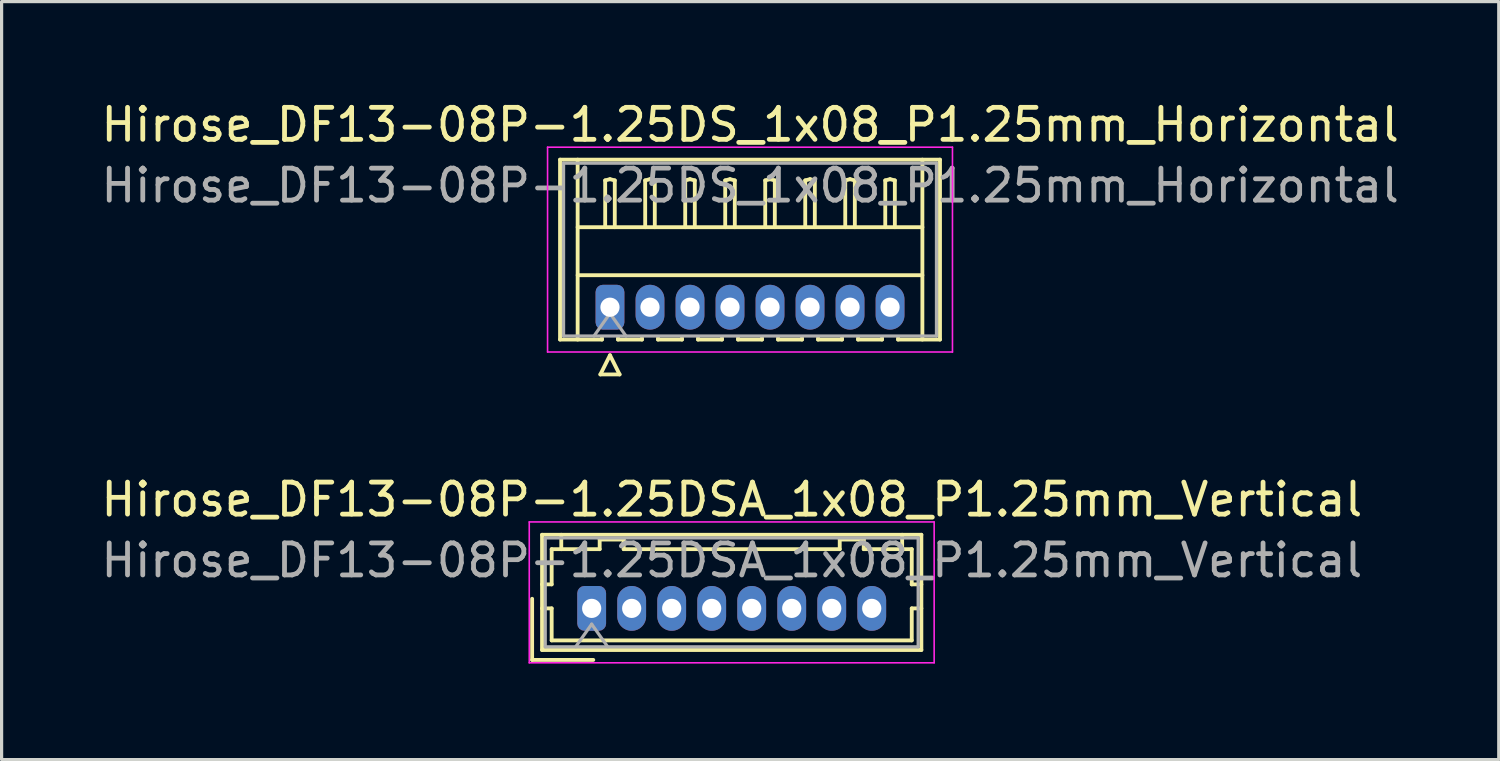
<source format=kicad_pcb>
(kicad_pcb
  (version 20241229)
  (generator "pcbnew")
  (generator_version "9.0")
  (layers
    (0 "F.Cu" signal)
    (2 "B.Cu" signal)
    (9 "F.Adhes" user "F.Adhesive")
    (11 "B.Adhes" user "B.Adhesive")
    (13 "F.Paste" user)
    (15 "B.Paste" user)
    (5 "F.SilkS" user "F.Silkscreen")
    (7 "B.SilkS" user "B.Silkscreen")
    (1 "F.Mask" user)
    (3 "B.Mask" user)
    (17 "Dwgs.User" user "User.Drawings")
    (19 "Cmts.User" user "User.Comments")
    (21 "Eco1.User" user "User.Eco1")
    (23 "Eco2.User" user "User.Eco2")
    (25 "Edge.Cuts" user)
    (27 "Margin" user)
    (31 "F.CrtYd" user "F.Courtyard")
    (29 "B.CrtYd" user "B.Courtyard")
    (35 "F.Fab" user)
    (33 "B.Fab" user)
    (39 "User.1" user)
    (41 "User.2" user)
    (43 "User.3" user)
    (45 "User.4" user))
  (footprint "Hirose_DF13-08P-1.25DSA_1x08_P1.25mm_Vertical"
    (layer "F.Cu")
    (at 15.435 15.957)
    (property "Reference" "Hirose_DF13-08P-1.25DSA_1x08_P1.25mm_Vertical" (at 4.38 -3.4 0) (layer "F.SilkS") (effects (font (size 1 1) (thickness 0.15))))
    (attr through_hole)
    (fp_line (start -1.86 -0.3) (end -1.86 1.61) (stroke (width 0.12) (type solid)) (layer "F.SilkS"))
    (fp_line (start -1.86 1.61) (end 0.05 1.61) (stroke (width 0.12) (type solid)) (layer "F.SilkS"))
    (fp_line (start -1.55 -2.3) (end -1.55 1.3) (stroke (width 0.12) (type solid)) (layer "F.SilkS"))
    (fp_line (start -1.55 -0.75) (end -1.25 -0.75) (stroke (width 0.12) (type solid)) (layer "F.SilkS"))
    (fp_line (start -1.55 0) (end -1.25 0) (stroke (width 0.12) (type solid)) (layer "F.SilkS"))
    (fp_line (start -1.55 1.3) (end 10.3 1.3) (stroke (width 0.12) (type solid)) (layer "F.SilkS"))
    (fp_line (start -1.25 -1.85) (end -0.95 -1.85) (stroke (width 0.12) (type solid)) (layer "F.SilkS"))
    (fp_line (start -1.25 -0.75) (end -1.25 -1.85) (stroke (width 0.12) (type solid)) (layer "F.SilkS"))
    (fp_line (start -1.25 0) (end -1.25 1) (stroke (width 0.12) (type solid)) (layer "F.SilkS"))
    (fp_line (start -1.25 1) (end 10 1) (stroke (width 0.12) (type solid)) (layer "F.SilkS"))
    (fp_line (start -0.95 -1.85) (end -0.95 -2.3) (stroke (width 0.12) (type solid)) (layer "F.SilkS"))
    (fp_line (start -0.95 -1.85) (end 0.25 -1.85) (stroke (width 0.12) (type solid)) (layer "F.SilkS"))
    (fp_line (start 0.25 -2.15) (end 1 -2.15) (stroke (width 0.12) (type solid)) (layer "F.SilkS"))
    (fp_line (start 0.25 -1.85) (end 0.25 -2.15) (stroke (width 0.12) (type solid)) (layer "F.SilkS"))
    (fp_line (start 1 -2.15) (end 1 -1.85) (stroke (width 0.12) (type solid)) (layer "F.SilkS"))
    (fp_line (start 1 -1.85) (end 7.75 -1.85) (stroke (width 0.12) (type solid)) (layer "F.SilkS"))
    (fp_line (start 7.75 -2.15) (end 8.5 -2.15) (stroke (width 0.12) (type solid)) (layer "F.SilkS"))
    (fp_line (start 7.75 -1.85) (end 7.75 -2.15) (stroke (width 0.12) (type solid)) (layer "F.SilkS"))
    (fp_line (start 8.5 -2.15) (end 8.5 -1.85) (stroke (width 0.12) (type solid)) (layer "F.SilkS"))
    (fp_line (start 8.5 -1.85) (end 9.7 -1.85) (stroke (width 0.12) (type solid)) (layer "F.SilkS"))
    (fp_line (start 9.7 -1.85) (end 9.7 -2.3) (stroke (width 0.12) (type solid)) (layer "F.SilkS"))
    (fp_line (start 10 -1.85) (end 9.7 -1.85) (stroke (width 0.12) (type solid)) (layer "F.SilkS"))
    (fp_line (start 10 -0.75) (end 10 -1.85) (stroke (width 0.12) (type solid)) (layer "F.SilkS"))
    (fp_line (start 10 0) (end 10.3 0) (stroke (width 0.12) (type solid)) (layer "F.SilkS"))
    (fp_line (start 10 1) (end 10 0) (stroke (width 0.12) (type solid)) (layer "F.SilkS"))
    (fp_line (start 10.3 -2.3) (end -1.55 -2.3) (stroke (width 0.12) (type solid)) (layer "F.SilkS"))
    (fp_line (start 10.3 -0.75) (end 10 -0.75) (stroke (width 0.12) (type solid)) (layer "F.SilkS"))
    (fp_line (start 10.3 1.3) (end 10.3 -2.3) (stroke (width 0.12) (type solid)) (layer "F.SilkS"))
    (fp_line (start -1.95 -2.7) (end -1.95 1.7) (stroke (width 0.05) (type solid)) (layer "F.CrtYd"))
    (fp_line (start -1.95 1.7) (end 10.7 1.7) (stroke (width 0.05) (type solid)) (layer "F.CrtYd"))
    (fp_line (start 10.7 -2.7) (end -1.95 -2.7) (stroke (width 0.05) (type solid)) (layer "F.CrtYd"))
    (fp_line (start 10.7 1.7) (end 10.7 -2.7) (stroke (width 0.05) (type solid)) (layer "F.CrtYd"))
    (fp_line (start -1.45 -2.2) (end -1.45 1.2) (stroke (width 0.1) (type solid)) (layer "F.Fab"))
    (fp_line (start -1.45 1.2) (end 10.2 1.2) (stroke (width 0.1) (type solid)) (layer "F.Fab"))
    (fp_line (start -0.5 1.2) (end 0 0.493) (stroke (width 0.1) (type solid)) (layer "F.Fab"))
    (fp_line (start 0 0.493) (end 0.5 1.2) (stroke (width 0.1) (type solid)) (layer "F.Fab"))
    (fp_line (start 10.2 -2.2) (end -1.45 -2.2) (stroke (width 0.1) (type solid)) (layer "F.Fab"))
    (fp_line (start 10.2 1.2) (end 10.2 -2.2) (stroke (width 0.1) (type solid)) (layer "F.Fab"))
    (fp_text user "${REFERENCE}" (at 4.38 -1.5 0) (layer "F.Fab") (effects (font (size 1 1) (thickness 0.15))))
    (pad "1" thru_hole roundrect (at 0 0) (size 0.9 1.4) (drill 0.6) (layers "*.Cu" "*.Mask") (roundrect_rratio 0.25))
    (pad "2" thru_hole oval (at 1.25 0) (size 0.9 1.4) (drill 0.6) (layers "*.Cu" "*.Mask"))
    (pad "3" thru_hole oval (at 2.5 0) (size 0.9 1.4) (drill 0.6) (layers "*.Cu" "*.Mask"))
    (pad "4" thru_hole oval (at 3.75 0) (size 0.9 1.4) (drill 0.6) (layers "*.Cu" "*.Mask"))
    (pad "5" thru_hole oval (at 5 0) (size 0.9 1.4) (drill 0.6) (layers "*.Cu" "*.Mask"))
    (pad "6" thru_hole oval (at 6.25 0) (size 0.9 1.4) (drill 0.6) (layers "*.Cu" "*.Mask"))
    (pad "7" thru_hole oval (at 7.5 0) (size 0.9 1.4) (drill 0.6) (layers "*.Cu" "*.Mask"))
    (pad "8" thru_hole oval (at 8.75 0) (size 0.9 1.4) (drill 0.6) (layers "*.Cu" "*.Mask")))
  (footprint "Hirose_DF13-08P-1.25DS_1x08_P1.25mm_Horizontal"
    (layer "F.Cu")
    (at 16.007 6.548)
    (property "Reference" "Hirose_DF13-08P-1.25DS_1x08_P1.25mm_Horizontal" (at 4.38 -5.7 0) (layer "F.SilkS") (effects (font (size 1 1) (thickness 0.15))))
    (attr through_hole)
    (fp_line (start -1.56 -4.61) (end 10.31 -4.61) (stroke (width 0.12) (type solid)) (layer "F.SilkS"))
    (fp_line (start -1.56 1.01) (end -1.56 -4.61) (stroke (width 0.12) (type solid)) (layer "F.SilkS"))
    (fp_line (start -1.01 -4.61) (end -1.01 1.01) (stroke (width 0.12) (type solid)) (layer "F.SilkS"))
    (fp_line (start -1.01 -2.5) (end 9.76 -2.5) (stroke (width 0.12) (type solid)) (layer "F.SilkS"))
    (fp_line (start -1.01 -1) (end 9.76 -1) (stroke (width 0.12) (type solid)) (layer "F.SilkS"))
    (fp_line (start -0.3 2.1) (end 0.3 2.1) (stroke (width 0.12) (type solid)) (layer "F.SilkS"))
    (fp_line (start -0.25 0.96) (end -0.25 1.01) (stroke (width 0.12) (type solid)) (layer "F.SilkS"))
    (fp_line (start -0.25 1.01) (end -1.56 1.01) (stroke (width 0.12) (type solid)) (layer "F.SilkS"))
    (fp_line (start -0.15 -3.962) (end 0 -4) (stroke (width 0.12) (type solid)) (layer "F.SilkS"))
    (fp_line (start -0.15 -2.5) (end -0.15 -3.962) (stroke (width 0.12) (type solid)) (layer "F.SilkS"))
    (fp_line (start 0 -4) (end 0.15 -3.962) (stroke (width 0.12) (type solid)) (layer "F.SilkS"))
    (fp_line (start 0 1.5) (end -0.3 2.1) (stroke (width 0.12) (type solid)) (layer "F.SilkS"))
    (fp_line (start 0.15 -3.962) (end 0.15 -2.5) (stroke (width 0.12) (type solid)) (layer "F.SilkS"))
    (fp_line (start 0.25 0.96) (end 0.25 1.01) (stroke (width 0.12) (type solid)) (layer "F.SilkS"))
    (fp_line (start 0.25 1.01) (end 1 1.01) (stroke (width 0.12) (type solid)) (layer "F.SilkS"))
    (fp_line (start 0.3 2.1) (end 0 1.5) (stroke (width 0.12) (type solid)) (layer "F.SilkS"))
    (fp_line (start 1 1.01) (end 1 0.96) (stroke (width 0.12) (type solid)) (layer "F.SilkS"))
    (fp_line (start 1.1 -3.962) (end 1.25 -4) (stroke (width 0.12) (type solid)) (layer "F.SilkS"))
    (fp_line (start 1.1 -2.5) (end 1.1 -3.962) (stroke (width 0.12) (type solid)) (layer "F.SilkS"))
    (fp_line (start 1.25 -4) (end 1.4 -3.962) (stroke (width 0.12) (type solid)) (layer "F.SilkS"))
    (fp_line (start 1.4 -3.962) (end 1.4 -2.5) (stroke (width 0.12) (type solid)) (layer "F.SilkS"))
    (fp_line (start 1.5 0.96) (end 1.5 1.01) (stroke (width 0.12) (type solid)) (layer "F.SilkS"))
    (fp_line (start 1.5 1.01) (end 2.25 1.01) (stroke (width 0.12) (type solid)) (layer "F.SilkS"))
    (fp_line (start 2.25 1.01) (end 2.25 0.96) (stroke (width 0.12) (type solid)) (layer "F.SilkS"))
    (fp_line (start 2.35 -3.962) (end 2.5 -4) (stroke (width 0.12) (type solid)) (layer "F.SilkS"))
    (fp_line (start 2.35 -2.5) (end 2.35 -3.962) (stroke (width 0.12) (type solid)) (layer "F.SilkS"))
    (fp_line (start 2.5 -4) (end 2.65 -3.962) (stroke (width 0.12) (type solid)) (layer "F.SilkS"))
    (fp_line (start 2.65 -3.962) (end 2.65 -2.5) (stroke (width 0.12) (type solid)) (layer "F.SilkS"))
    (fp_line (start 2.75 0.96) (end 2.75 1.01) (stroke (width 0.12) (type solid)) (layer "F.SilkS"))
    (fp_line (start 2.75 1.01) (end 3.5 1.01) (stroke (width 0.12) (type solid)) (layer "F.SilkS"))
    (fp_line (start 3.5 1.01) (end 3.5 0.96) (stroke (width 0.12) (type solid)) (layer "F.SilkS"))
    (fp_line (start 3.6 -3.962) (end 3.75 -4) (stroke (width 0.12) (type solid)) (layer "F.SilkS"))
    (fp_line (start 3.6 -2.5) (end 3.6 -3.962) (stroke (width 0.12) (type solid)) (layer "F.SilkS"))
    (fp_line (start 3.75 -4) (end 3.9 -3.962) (stroke (width 0.12) (type solid)) (layer "F.SilkS"))
    (fp_line (start 3.9 -3.962) (end 3.9 -2.5) (stroke (width 0.12) (type solid)) (layer "F.SilkS"))
    (fp_line (start 4 0.96) (end 4 1.01) (stroke (width 0.12) (type solid)) (layer "F.SilkS"))
    (fp_line (start 4 1.01) (end 4.75 1.01) (stroke (width 0.12) (type solid)) (layer "F.SilkS"))
    (fp_line (start 4.75 1.01) (end 4.75 0.96) (stroke (width 0.12) (type solid)) (layer "F.SilkS"))
    (fp_line (start 4.85 -3.962) (end 5 -4) (stroke (width 0.12) (type solid)) (layer "F.SilkS"))
    (fp_line (start 4.85 -2.5) (end 4.85 -3.962) (stroke (width 0.12) (type solid)) (layer "F.SilkS"))
    (fp_line (start 5 -4) (end 5.15 -3.962) (stroke (width 0.12) (type solid)) (layer "F.SilkS"))
    (fp_line (start 5.15 -3.962) (end 5.15 -2.5) (stroke (width 0.12) (type solid)) (layer "F.SilkS"))
    (fp_line (start 5.25 0.96) (end 5.25 1.01) (stroke (width 0.12) (type solid)) (layer "F.SilkS"))
    (fp_line (start 5.25 1.01) (end 6 1.01) (stroke (width 0.12) (type solid)) (layer "F.SilkS"))
    (fp_line (start 6 1.01) (end 6 0.96) (stroke (width 0.12) (type solid)) (layer "F.SilkS"))
    (fp_line (start 6.1 -3.962) (end 6.25 -4) (stroke (width 0.12) (type solid)) (layer "F.SilkS"))
    (fp_line (start 6.1 -2.5) (end 6.1 -3.962) (stroke (width 0.12) (type solid)) (layer "F.SilkS"))
    (fp_line (start 6.25 -4) (end 6.4 -3.962) (stroke (width 0.12) (type solid)) (layer "F.SilkS"))
    (fp_line (start 6.4 -3.962) (end 6.4 -2.5) (stroke (width 0.12) (type solid)) (layer "F.SilkS"))
    (fp_line (start 6.5 0.96) (end 6.5 1.01) (stroke (width 0.12) (type solid)) (layer "F.SilkS"))
    (fp_line (start 6.5 1.01) (end 7.25 1.01) (stroke (width 0.12) (type solid)) (layer "F.SilkS"))
    (fp_line (start 7.25 1.01) (end 7.25 0.96) (stroke (width 0.12) (type solid)) (layer "F.SilkS"))
    (fp_line (start 7.35 -3.962) (end 7.5 -4) (stroke (width 0.12) (type solid)) (layer "F.SilkS"))
    (fp_line (start 7.35 -2.5) (end 7.35 -3.962) (stroke (width 0.12) (type solid)) (layer "F.SilkS"))
    (fp_line (start 7.5 -4) (end 7.65 -3.962) (stroke (width 0.12) (type solid)) (layer "F.SilkS"))
    (fp_line (start 7.65 -3.962) (end 7.65 -2.5) (stroke (width 0.12) (type solid)) (layer "F.SilkS"))
    (fp_line (start 7.75 0.96) (end 7.75 1.01) (stroke (width 0.12) (type solid)) (layer "F.SilkS"))
    (fp_line (start 7.75 1.01) (end 8.5 1.01) (stroke (width 0.12) (type solid)) (layer "F.SilkS"))
    (fp_line (start 8.5 1.01) (end 8.5 0.96) (stroke (width 0.12) (type solid)) (layer "F.SilkS"))
    (fp_line (start 8.6 -3.962) (end 8.75 -4) (stroke (width 0.12) (type solid)) (layer "F.SilkS"))
    (fp_line (start 8.6 -2.5) (end 8.6 -3.962) (stroke (width 0.12) (type solid)) (layer "F.SilkS"))
    (fp_line (start 8.75 -4) (end 8.9 -3.962) (stroke (width 0.12) (type solid)) (layer "F.SilkS"))
    (fp_line (start 8.9 -3.962) (end 8.9 -2.5) (stroke (width 0.12) (type solid)) (layer "F.SilkS"))
    (fp_line (start 9 1.01) (end 9 0.96) (stroke (width 0.12) (type solid)) (layer "F.SilkS"))
    (fp_line (start 9.76 -4.61) (end 9.76 1.01) (stroke (width 0.12) (type solid)) (layer "F.SilkS"))
    (fp_line (start 10.31 -4.61) (end 10.31 1.01) (stroke (width 0.12) (type solid)) (layer "F.SilkS"))
    (fp_line (start 10.31 1.01) (end 9 1.01) (stroke (width 0.12) (type solid)) (layer "F.SilkS"))
    (fp_line (start -1.95 -5) (end -1.95 1.4) (stroke (width 0.05) (type solid)) (layer "F.CrtYd"))
    (fp_line (start -1.95 1.4) (end 10.7 1.4) (stroke (width 0.05) (type solid)) (layer "F.CrtYd"))
    (fp_line (start 10.7 -5) (end -1.95 -5) (stroke (width 0.05) (type solid)) (layer "F.CrtYd"))
    (fp_line (start 10.7 1.4) (end 10.7 -5) (stroke (width 0.05) (type solid)) (layer "F.CrtYd"))
    (fp_line (start -1.45 -4.5) (end -1.45 0.9) (stroke (width 0.1) (type solid)) (layer "F.Fab"))
    (fp_line (start -1.45 0.9) (end 10.2 0.9) (stroke (width 0.1) (type solid)) (layer "F.Fab"))
    (fp_line (start -0.5 0.9) (end 0 0.193) (stroke (width 0.1) (type solid)) (layer "F.Fab"))
    (fp_line (start 0 0.193) (end 0.5 0.9) (stroke (width 0.1) (type solid)) (layer "F.Fab"))
    (fp_line (start 10.2 -4.5) (end -1.45 -4.5) (stroke (width 0.1) (type solid)) (layer "F.Fab"))
    (fp_line (start 10.2 0.9) (end 10.2 -4.5) (stroke (width 0.1) (type solid)) (layer "F.Fab"))
    (fp_text user "${REFERENCE}" (at 4.38 -3.8 0) (layer "F.Fab") (effects (font (size 1 1) (thickness 0.15))))
    (pad "1" thru_hole roundrect (at 0 0) (size 0.9 1.4) (drill 0.6) (layers "*.Cu" "*.Mask") (roundrect_rratio 0.25))
    (pad "2" thru_hole oval (at 1.25 0) (size 0.9 1.4) (drill 0.6) (layers "*.Cu" "*.Mask"))
    (pad "3" thru_hole oval (at 2.5 0) (size 0.9 1.4) (drill 0.6) (layers "*.Cu" "*.Mask"))
    (pad "4" thru_hole oval (at 3.75 0) (size 0.9 1.4) (drill 0.6) (layers "*.Cu" "*.Mask"))
    (pad "5" thru_hole oval (at 5 0) (size 0.9 1.4) (drill 0.6) (layers "*.Cu" "*.Mask"))
    (pad "6" thru_hole oval (at 6.25 0) (size 0.9 1.4) (drill 0.6) (layers "*.Cu" "*.Mask"))
    (pad "7" thru_hole oval (at 7.5 0) (size 0.9 1.4) (drill 0.6) (layers "*.Cu" "*.Mask"))
    (pad "8" thru_hole oval (at 8.75 0) (size 0.9 1.4) (drill 0.6) (layers "*.Cu" "*.Mask")))
  (gr_rect
    (start -3 -3)
    (end 43.774 20.681)
    (stroke (width 0.1) (type default))
    (fill no)
    (layer "Edge.Cuts")))
</source>
